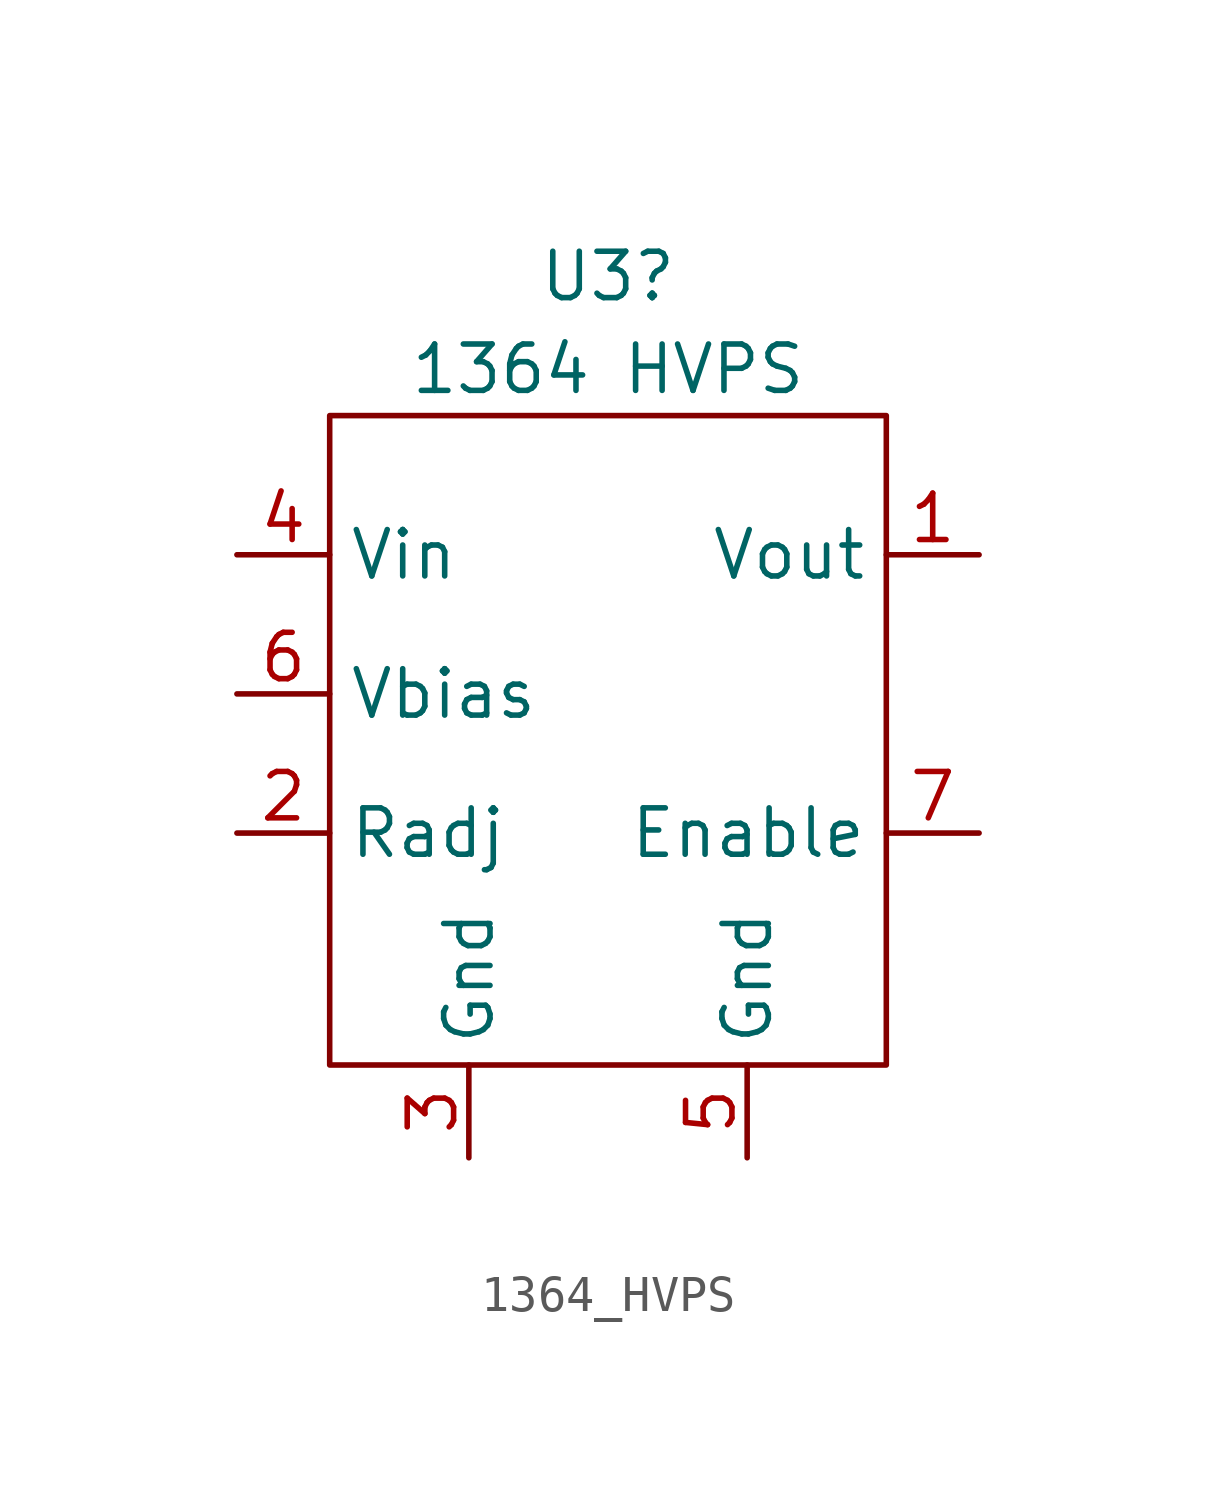
<source format=kicad_sym>
(kicad_symbol_lib
  (version 20220914)
  (generator kicad_symbol_editor)
  (symbol "1364_HVPS"
    (property "Reference" "U3"
      (at 0 11.43 0)
      (effects (font (size 1.27 1.27))))
    (property "Value" "1364 HVPS"
      (at 0 8.89 0)
      (effects (font (size 1.27 1.27))))
    (symbol "1364_HVPS_0_1"
      (rectangle (start -7.62 7.62) (end 7.62 -10.16) (stroke (width 0) (type default)) (fill (type none))))
    (symbol "1364_HVPS_1_1"
      (pin power_out line (at 10.16 3.81 180) (length 2.54) (name "Vout" (effects (font (size 1.27 1.27)))) (number "1" (effects (font (size 1.27 1.27)))))
      (pin input line (at -10.16 -3.81 0) (length 2.54) (name "Radj" (effects (font (size 1.27 1.27)))) (number "2" (effects (font (size 1.27 1.27)))))
      (pin power_in line (at -3.81 -12.7 90) (length 2.54) (name "Gnd" (effects (font (size 1.27 1.27)))) (number "3" (effects (font (size 1.27 1.27)))))
      (pin power_in line (at -10.16 3.81 0) (length 2.54) (name "Vin" (effects (font (size 1.27 1.27)))) (number "4" (effects (font (size 1.27 1.27)))))
      (pin power_in line (at 3.81 -12.7 90) (length 2.54) (name "Gnd" (effects (font (size 1.27 1.27)))) (number "5" (effects (font (size 1.27 1.27)))))
      (pin input line (at -10.16 0 0) (length 2.54) (name "Vbias" (effects (font (size 1.27 1.27)))) (number "6" (effects (font (size 1.27 1.27)))))
      (pin input line (at 10.16 -3.81 180) (length 2.54) (name "Enable" (effects (font (size 1.27 1.27)))) (number "7" (effects (font (size 1.27 1.27))))))))
</source>
